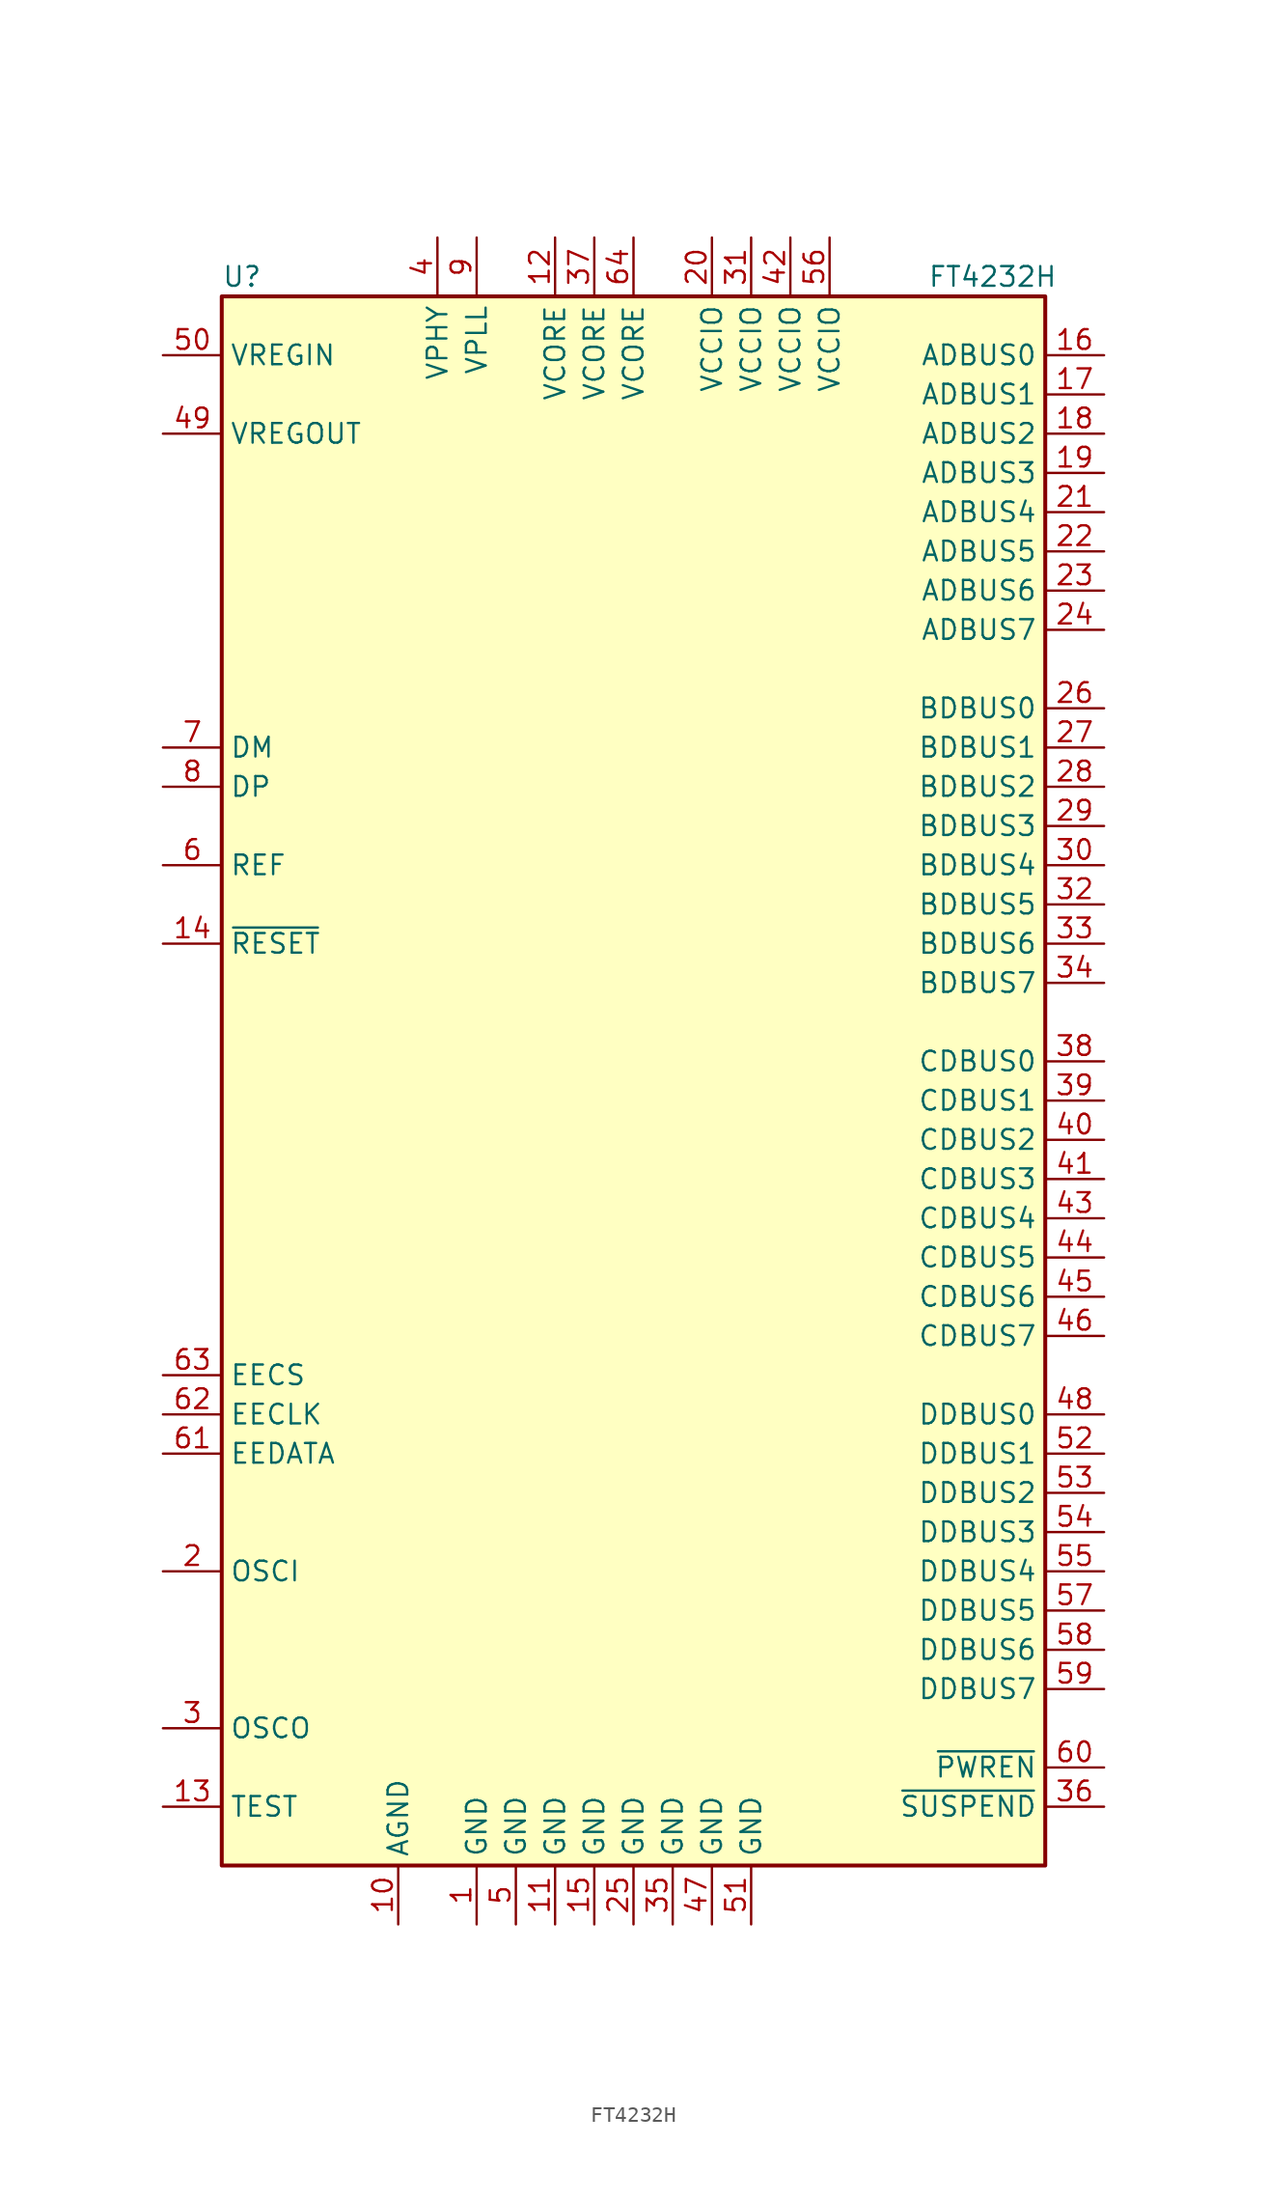
<source format=kicad_sym>
(kicad_symbol_lib
  (version 20201005)
  (generator kicad_symbol_editor)
  (symbol "FT4232H"
    (property "Reference" "U"
      (at -26.67 53.34 0)
      (effects (font (size 1.27 1.27)) (justify left)))
    (property "Value" "FT4232H"
      (at 19.05 53.34 0)
      (effects (font (size 1.27 1.27)) (justify left)))
    (symbol "FT4232H_0_1"
      (rectangle (start -26.67 -49.53) (end 26.67 52.07) (stroke (width 0.254)) (fill (type background))))
    (symbol "FT4232H_1_1"
      (pin power_in line (at -10.16 -53.34 90) (length 3.81) (name "GND" (effects (font (size 1.27 1.27)))) (number "1" (effects (font (size 1.27 1.27)))))
      (pin power_in line (at -15.24 -53.34 90) (length 3.81) (name "AGND" (effects (font (size 1.27 1.27)))) (number "10" (effects (font (size 1.27 1.27)))))
      (pin power_in line (at -5.08 -53.34 90) (length 3.81) (name "GND" (effects (font (size 1.27 1.27)))) (number "11" (effects (font (size 1.27 1.27)))))
      (pin power_in line (at -5.08 55.88 270) (length 3.81) (name "VCORE" (effects (font (size 1.27 1.27)))) (number "12" (effects (font (size 1.27 1.27)))))
      (pin input line (at -30.48 -45.72 0) (length 3.81) (name "TEST" (effects (font (size 1.27 1.27)))) (number "13" (effects (font (size 1.27 1.27)))))
      (pin input line (at -30.48 10.16 0) (length 3.81) (name "~RESET" (effects (font (size 1.27 1.27)))) (number "14" (effects (font (size 1.27 1.27)))))
      (pin power_in line (at -2.54 -53.34 90) (length 3.81) (name "GND" (effects (font (size 1.27 1.27)))) (number "15" (effects (font (size 1.27 1.27)))))
      (pin bidirectional line (at 30.48 48.26 180) (length 3.81) (name "ADBUS0" (effects (font (size 1.27 1.27)))) (number "16" (effects (font (size 1.27 1.27)))))
      (pin bidirectional line (at 30.48 45.72 180) (length 3.81) (name "ADBUS1" (effects (font (size 1.27 1.27)))) (number "17" (effects (font (size 1.27 1.27)))))
      (pin bidirectional line (at 30.48 43.18 180) (length 3.81) (name "ADBUS2" (effects (font (size 1.27 1.27)))) (number "18" (effects (font (size 1.27 1.27)))))
      (pin bidirectional line (at 30.48 40.64 180) (length 3.81) (name "ADBUS3" (effects (font (size 1.27 1.27)))) (number "19" (effects (font (size 1.27 1.27)))))
      (pin input line (at -30.48 -30.48 0) (length 3.81) (name "OSCI" (effects (font (size 1.27 1.27)))) (number "2" (effects (font (size 1.27 1.27)))))
      (pin power_in line (at 5.08 55.88 270) (length 3.81) (name "VCCIO" (effects (font (size 1.27 1.27)))) (number "20" (effects (font (size 1.27 1.27)))))
      (pin bidirectional line (at 30.48 38.1 180) (length 3.81) (name "ADBUS4" (effects (font (size 1.27 1.27)))) (number "21" (effects (font (size 1.27 1.27)))))
      (pin bidirectional line (at 30.48 35.56 180) (length 3.81) (name "ADBUS5" (effects (font (size 1.27 1.27)))) (number "22" (effects (font (size 1.27 1.27)))))
      (pin bidirectional line (at 30.48 33.02 180) (length 3.81) (name "ADBUS6" (effects (font (size 1.27 1.27)))) (number "23" (effects (font (size 1.27 1.27)))))
      (pin bidirectional line (at 30.48 30.48 180) (length 3.81) (name "ADBUS7" (effects (font (size 1.27 1.27)))) (number "24" (effects (font (size 1.27 1.27)))))
      (pin power_in line (at 0 -53.34 90) (length 3.81) (name "GND" (effects (font (size 1.27 1.27)))) (number "25" (effects (font (size 1.27 1.27)))))
      (pin bidirectional line (at 30.48 25.4 180) (length 3.81) (name "BDBUS0" (effects (font (size 1.27 1.27)))) (number "26" (effects (font (size 1.27 1.27)))))
      (pin bidirectional line (at 30.48 22.86 180) (length 3.81) (name "BDBUS1" (effects (font (size 1.27 1.27)))) (number "27" (effects (font (size 1.27 1.27)))))
      (pin bidirectional line (at 30.48 20.32 180) (length 3.81) (name "BDBUS2" (effects (font (size 1.27 1.27)))) (number "28" (effects (font (size 1.27 1.27)))))
      (pin bidirectional line (at 30.48 17.78 180) (length 3.81) (name "BDBUS3" (effects (font (size 1.27 1.27)))) (number "29" (effects (font (size 1.27 1.27)))))
      (pin output line (at -30.48 -40.64 0) (length 3.81) (name "OSCO" (effects (font (size 1.27 1.27)))) (number "3" (effects (font (size 1.27 1.27)))))
      (pin bidirectional line (at 30.48 15.24 180) (length 3.81) (name "BDBUS4" (effects (font (size 1.27 1.27)))) (number "30" (effects (font (size 1.27 1.27)))))
      (pin power_in line (at 7.62 55.88 270) (length 3.81) (name "VCCIO" (effects (font (size 1.27 1.27)))) (number "31" (effects (font (size 1.27 1.27)))))
      (pin bidirectional line (at 30.48 12.7 180) (length 3.81) (name "BDBUS5" (effects (font (size 1.27 1.27)))) (number "32" (effects (font (size 1.27 1.27)))))
      (pin bidirectional line (at 30.48 10.16 180) (length 3.81) (name "BDBUS6" (effects (font (size 1.27 1.27)))) (number "33" (effects (font (size 1.27 1.27)))))
      (pin bidirectional line (at 30.48 7.62 180) (length 3.81) (name "BDBUS7" (effects (font (size 1.27 1.27)))) (number "34" (effects (font (size 1.27 1.27)))))
      (pin power_in line (at 2.54 -53.34 90) (length 3.81) (name "GND" (effects (font (size 1.27 1.27)))) (number "35" (effects (font (size 1.27 1.27)))))
      (pin output line (at 30.48 -45.72 180) (length 3.81) (name "~SUSPEND" (effects (font (size 1.27 1.27)))) (number "36" (effects (font (size 1.27 1.27)))))
      (pin power_in line (at -2.54 55.88 270) (length 3.81) (name "VCORE" (effects (font (size 1.27 1.27)))) (number "37" (effects (font (size 1.27 1.27)))))
      (pin bidirectional line (at 30.48 2.54 180) (length 3.81) (name "CDBUS0" (effects (font (size 1.27 1.27)))) (number "38" (effects (font (size 1.27 1.27)))))
      (pin bidirectional line (at 30.48 0 180) (length 3.81) (name "CDBUS1" (effects (font (size 1.27 1.27)))) (number "39" (effects (font (size 1.27 1.27)))))
      (pin power_in line (at -12.7 55.88 270) (length 3.81) (name "VPHY" (effects (font (size 1.27 1.27)))) (number "4" (effects (font (size 1.27 1.27)))))
      (pin bidirectional line (at 30.48 -2.54 180) (length 3.81) (name "CDBUS2" (effects (font (size 1.27 1.27)))) (number "40" (effects (font (size 1.27 1.27)))))
      (pin bidirectional line (at 30.48 -5.08 180) (length 3.81) (name "CDBUS3" (effects (font (size 1.27 1.27)))) (number "41" (effects (font (size 1.27 1.27)))))
      (pin power_in line (at 10.16 55.88 270) (length 3.81) (name "VCCIO" (effects (font (size 1.27 1.27)))) (number "42" (effects (font (size 1.27 1.27)))))
      (pin bidirectional line (at 30.48 -7.62 180) (length 3.81) (name "CDBUS4" (effects (font (size 1.27 1.27)))) (number "43" (effects (font (size 1.27 1.27)))))
      (pin bidirectional line (at 30.48 -10.16 180) (length 3.81) (name "CDBUS5" (effects (font (size 1.27 1.27)))) (number "44" (effects (font (size 1.27 1.27)))))
      (pin bidirectional line (at 30.48 -12.7 180) (length 3.81) (name "CDBUS6" (effects (font (size 1.27 1.27)))) (number "45" (effects (font (size 1.27 1.27)))))
      (pin bidirectional line (at 30.48 -15.24 180) (length 3.81) (name "CDBUS7" (effects (font (size 1.27 1.27)))) (number "46" (effects (font (size 1.27 1.27)))))
      (pin power_in line (at 5.08 -53.34 90) (length 3.81) (name "GND" (effects (font (size 1.27 1.27)))) (number "47" (effects (font (size 1.27 1.27)))))
      (pin bidirectional line (at 30.48 -20.32 180) (length 3.81) (name "DDBUS0" (effects (font (size 1.27 1.27)))) (number "48" (effects (font (size 1.27 1.27)))))
      (pin power_out line (at -30.48 43.18 0) (length 3.81) (name "VREGOUT" (effects (font (size 1.27 1.27)))) (number "49" (effects (font (size 1.27 1.27)))))
      (pin power_in line (at -7.62 -53.34 90) (length 3.81) (name "GND" (effects (font (size 1.27 1.27)))) (number "5" (effects (font (size 1.27 1.27)))))
      (pin power_in line (at -30.48 48.26 0) (length 3.81) (name "VREGIN" (effects (font (size 1.27 1.27)))) (number "50" (effects (font (size 1.27 1.27)))))
      (pin power_in line (at 7.62 -53.34 90) (length 3.81) (name "GND" (effects (font (size 1.27 1.27)))) (number "51" (effects (font (size 1.27 1.27)))))
      (pin bidirectional line (at 30.48 -22.86 180) (length 3.81) (name "DDBUS1" (effects (font (size 1.27 1.27)))) (number "52" (effects (font (size 1.27 1.27)))))
      (pin bidirectional line (at 30.48 -25.4 180) (length 3.81) (name "DDBUS2" (effects (font (size 1.27 1.27)))) (number "53" (effects (font (size 1.27 1.27)))))
      (pin bidirectional line (at 30.48 -27.94 180) (length 3.81) (name "DDBUS3" (effects (font (size 1.27 1.27)))) (number "54" (effects (font (size 1.27 1.27)))))
      (pin bidirectional line (at 30.48 -30.48 180) (length 3.81) (name "DDBUS4" (effects (font (size 1.27 1.27)))) (number "55" (effects (font (size 1.27 1.27)))))
      (pin power_in line (at 12.7 55.88 270) (length 3.81) (name "VCCIO" (effects (font (size 1.27 1.27)))) (number "56" (effects (font (size 1.27 1.27)))))
      (pin bidirectional line (at 30.48 -33.02 180) (length 3.81) (name "DDBUS5" (effects (font (size 1.27 1.27)))) (number "57" (effects (font (size 1.27 1.27)))))
      (pin bidirectional line (at 30.48 -35.56 180) (length 3.81) (name "DDBUS6" (effects (font (size 1.27 1.27)))) (number "58" (effects (font (size 1.27 1.27)))))
      (pin bidirectional line (at 30.48 -38.1 180) (length 3.81) (name "DDBUS7" (effects (font (size 1.27 1.27)))) (number "59" (effects (font (size 1.27 1.27)))))
      (pin input line (at -30.48 15.24 0) (length 3.81) (name "REF" (effects (font (size 1.27 1.27)))) (number "6" (effects (font (size 1.27 1.27)))))
      (pin output line (at 30.48 -43.18 180) (length 3.81) (name "~PWREN" (effects (font (size 1.27 1.27)))) (number "60" (effects (font (size 1.27 1.27)))))
      (pin bidirectional line (at -30.48 -22.86 0) (length 3.81) (name "EEDATA" (effects (font (size 1.27 1.27)))) (number "61" (effects (font (size 1.27 1.27)))))
      (pin output line (at -30.48 -20.32 0) (length 3.81) (name "EECLK" (effects (font (size 1.27 1.27)))) (number "62" (effects (font (size 1.27 1.27)))))
      (pin output line (at -30.48 -17.78 0) (length 3.81) (name "EECS" (effects (font (size 1.27 1.27)))) (number "63" (effects (font (size 1.27 1.27)))))
      (pin power_in line (at 0 55.88 270) (length 3.81) (name "VCORE" (effects (font (size 1.27 1.27)))) (number "64" (effects (font (size 1.27 1.27)))))
      (pin bidirectional line (at -30.48 22.86 0) (length 3.81) (name "DM" (effects (font (size 1.27 1.27)))) (number "7" (effects (font (size 1.27 1.27)))))
      (pin bidirectional line (at -30.48 20.32 0) (length 3.81) (name "DP" (effects (font (size 1.27 1.27)))) (number "8" (effects (font (size 1.27 1.27)))))
      (pin power_in line (at -10.16 55.88 270) (length 3.81) (name "VPLL" (effects (font (size 1.27 1.27)))) (number "9" (effects (font (size 1.27 1.27))))))))
</source>
